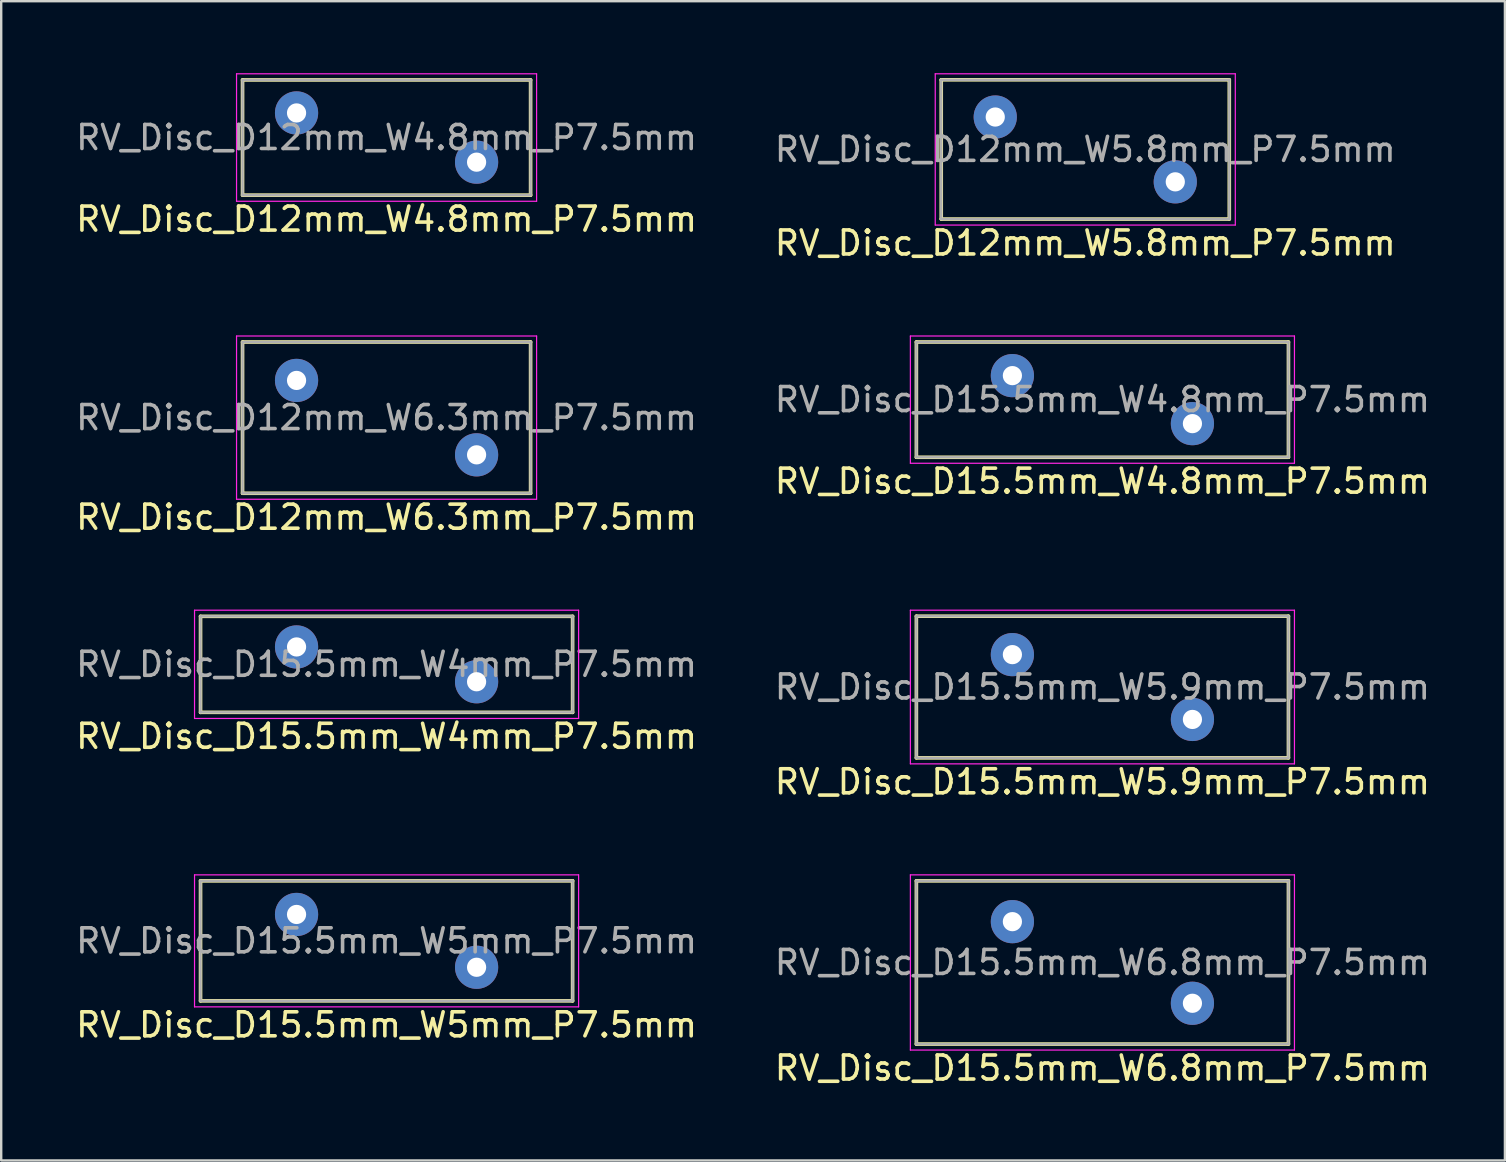
<source format=kicad_pcb>
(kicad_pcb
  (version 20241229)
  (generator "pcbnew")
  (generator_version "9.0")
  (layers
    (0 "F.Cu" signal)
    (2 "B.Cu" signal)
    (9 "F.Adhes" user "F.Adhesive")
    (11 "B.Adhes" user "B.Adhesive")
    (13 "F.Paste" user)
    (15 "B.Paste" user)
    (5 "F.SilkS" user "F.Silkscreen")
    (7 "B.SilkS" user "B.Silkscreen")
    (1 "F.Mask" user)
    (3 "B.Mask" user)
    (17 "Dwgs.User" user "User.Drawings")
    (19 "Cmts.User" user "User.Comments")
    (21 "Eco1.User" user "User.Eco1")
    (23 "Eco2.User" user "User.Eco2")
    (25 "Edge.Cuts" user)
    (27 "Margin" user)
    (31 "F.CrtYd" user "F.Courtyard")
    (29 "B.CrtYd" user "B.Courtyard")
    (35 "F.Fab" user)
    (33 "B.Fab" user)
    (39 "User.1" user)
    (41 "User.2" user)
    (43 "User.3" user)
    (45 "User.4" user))
  (footprint "RV_Disc_D15.5mm_W5.9mm_P7.5mm"
    (layer "F.Cu")
    (at 39.125 24.221)
    (property "Reference" "RV_Disc_D15.5mm_W5.9mm_P7.5mm" (at 3.75 5.3 0) (layer "F.SilkS") (effects (font (size 1 1) (thickness 0.15))))
    (attr through_hole)
    (fp_line (start -4 -1.6) (end -4 4.3) (stroke (width 0.15) (type solid)) (layer "F.SilkS"))
    (fp_line (start -4 -1.6) (end 11.5 -1.6) (stroke (width 0.15) (type solid)) (layer "F.SilkS"))
    (fp_line (start -4 4.3) (end 11.5 4.3) (stroke (width 0.15) (type solid)) (layer "F.SilkS"))
    (fp_line (start 11.5 -1.6) (end 11.5 4.3) (stroke (width 0.15) (type solid)) (layer "F.SilkS"))
    (fp_line (start -4.25 -1.85) (end -4.25 4.55) (stroke (width 0.05) (type solid)) (layer "F.CrtYd"))
    (fp_line (start -4.25 -1.85) (end 11.75 -1.85) (stroke (width 0.05) (type solid)) (layer "F.CrtYd"))
    (fp_line (start -4.25 4.55) (end 11.75 4.55) (stroke (width 0.05) (type solid)) (layer "F.CrtYd"))
    (fp_line (start 11.75 -1.85) (end 11.75 4.55) (stroke (width 0.05) (type solid)) (layer "F.CrtYd"))
    (fp_line (start -4 -1.6) (end -4 4.3) (stroke (width 0.1) (type solid)) (layer "F.Fab"))
    (fp_line (start -4 -1.6) (end 11.5 -1.6) (stroke (width 0.1) (type solid)) (layer "F.Fab"))
    (fp_line (start -4 4.3) (end 11.5 4.3) (stroke (width 0.1) (type solid)) (layer "F.Fab"))
    (fp_line (start 11.5 -1.6) (end 11.5 4.3) (stroke (width 0.1) (type solid)) (layer "F.Fab"))
    (fp_text user "${REFERENCE}" (at 3.75 1.35 0) (layer "F.Fab") (effects (font (size 1 1) (thickness 0.15))))
    (pad "1" thru_hole circle (at 0 0) (size 1.8 1.8) (drill 0.8) (layers "*.Cu" "*.Mask"))
    (pad "2" thru_hole circle (at 7.5 2.7) (size 1.8 1.8) (drill 0.8) (layers "*.Cu" "*.Mask")))
  (footprint "RV_Disc_D15.5mm_W5mm_P7.5mm"
    (layer "F.Cu")
    (at 9.304 35.045)
    (property "Reference" "RV_Disc_D15.5mm_W5mm_P7.5mm" (at 3.75 4.6 0) (layer "F.SilkS") (effects (font (size 1 1) (thickness 0.15))))
    (attr through_hole)
    (fp_line (start -4 -1.4) (end -4 3.6) (stroke (width 0.15) (type solid)) (layer "F.SilkS"))
    (fp_line (start -4 -1.4) (end 11.5 -1.4) (stroke (width 0.15) (type solid)) (layer "F.SilkS"))
    (fp_line (start -4 3.6) (end 11.5 3.6) (stroke (width 0.15) (type solid)) (layer "F.SilkS"))
    (fp_line (start 11.5 -1.4) (end 11.5 3.6) (stroke (width 0.15) (type solid)) (layer "F.SilkS"))
    (fp_line (start -4.25 -1.65) (end -4.25 3.85) (stroke (width 0.05) (type solid)) (layer "F.CrtYd"))
    (fp_line (start -4.25 -1.65) (end 11.75 -1.65) (stroke (width 0.05) (type solid)) (layer "F.CrtYd"))
    (fp_line (start -4.25 3.85) (end 11.75 3.85) (stroke (width 0.05) (type solid)) (layer "F.CrtYd"))
    (fp_line (start 11.75 -1.65) (end 11.75 3.85) (stroke (width 0.05) (type solid)) (layer "F.CrtYd"))
    (fp_line (start -4 -1.4) (end -4 3.6) (stroke (width 0.1) (type solid)) (layer "F.Fab"))
    (fp_line (start -4 -1.4) (end 11.5 -1.4) (stroke (width 0.1) (type solid)) (layer "F.Fab"))
    (fp_line (start -4 3.6) (end 11.5 3.6) (stroke (width 0.1) (type solid)) (layer "F.Fab"))
    (fp_line (start 11.5 -1.4) (end 11.5 3.6) (stroke (width 0.1) (type solid)) (layer "F.Fab"))
    (fp_text user "${REFERENCE}" (at 3.75 1.1 0) (layer "F.Fab") (effects (font (size 1 1) (thickness 0.15))))
    (pad "1" thru_hole circle (at 0 0) (size 1.8 1.8) (drill 0.8) (layers "*.Cu" "*.Mask"))
    (pad "2" thru_hole circle (at 7.5 2.2) (size 1.8 1.8) (drill 0.8) (layers "*.Cu" "*.Mask")))
  (footprint "RV_Disc_D12mm_W4.8mm_P7.5mm"
    (layer "F.Cu")
    (at 9.304 1.655)
    (property "Reference" "RV_Disc_D12mm_W4.8mm_P7.5mm" (at 3.75 4.425 0) (layer "F.SilkS") (effects (font (size 1 1) (thickness 0.15))))
    (attr through_hole)
    (fp_line (start -2.25 -1.375) (end -2.25 3.425) (stroke (width 0.15) (type solid)) (layer "F.SilkS"))
    (fp_line (start -2.25 -1.375) (end 9.75 -1.375) (stroke (width 0.15) (type solid)) (layer "F.SilkS"))
    (fp_line (start -2.25 3.425) (end 9.75 3.425) (stroke (width 0.15) (type solid)) (layer "F.SilkS"))
    (fp_line (start 9.75 -1.375) (end 9.75 3.425) (stroke (width 0.15) (type solid)) (layer "F.SilkS"))
    (fp_line (start -2.5 -1.63) (end -2.5 3.68) (stroke (width 0.05) (type solid)) (layer "F.CrtYd"))
    (fp_line (start -2.5 -1.63) (end 10 -1.63) (stroke (width 0.05) (type solid)) (layer "F.CrtYd"))
    (fp_line (start -2.5 3.68) (end 10 3.68) (stroke (width 0.05) (type solid)) (layer "F.CrtYd"))
    (fp_line (start 10 -1.63) (end 10 3.68) (stroke (width 0.05) (type solid)) (layer "F.CrtYd"))
    (fp_line (start -2.25 -1.375) (end -2.25 3.425) (stroke (width 0.1) (type solid)) (layer "F.Fab"))
    (fp_line (start -2.25 -1.375) (end 9.75 -1.375) (stroke (width 0.1) (type solid)) (layer "F.Fab"))
    (fp_line (start -2.25 3.425) (end 9.75 3.425) (stroke (width 0.1) (type solid)) (layer "F.Fab"))
    (fp_line (start 9.75 -1.375) (end 9.75 3.425) (stroke (width 0.1) (type solid)) (layer "F.Fab"))
    (fp_text user "${REFERENCE}" (at 3.75 1.025 0) (layer "F.Fab") (effects (font (size 1 1) (thickness 0.15))))
    (pad "1" thru_hole circle (at 0 0) (size 1.8 1.8) (drill 0.8) (layers "*.Cu" "*.Mask"))
    (pad "2" thru_hole circle (at 7.5 2.05) (size 1.8 1.8) (drill 0.8) (layers "*.Cu" "*.Mask")))
  (footprint "RV_Disc_D12mm_W6.3mm_P7.5mm"
    (layer "F.Cu")
    (at 9.304 12.798)
    (property "Reference" "RV_Disc_D12mm_W6.3mm_P7.5mm" (at 3.75 5.7 0) (layer "F.SilkS") (effects (font (size 1 1) (thickness 0.15))))
    (attr through_hole)
    (fp_line (start -2.25 -1.6) (end -2.25 4.7) (stroke (width 0.15) (type solid)) (layer "F.SilkS"))
    (fp_line (start -2.25 -1.6) (end 9.75 -1.6) (stroke (width 0.15) (type solid)) (layer "F.SilkS"))
    (fp_line (start -2.25 4.7) (end 9.75 4.7) (stroke (width 0.15) (type solid)) (layer "F.SilkS"))
    (fp_line (start 9.75 -1.6) (end 9.75 4.7) (stroke (width 0.15) (type solid)) (layer "F.SilkS"))
    (fp_line (start -2.5 -1.85) (end -2.5 4.95) (stroke (width 0.05) (type solid)) (layer "F.CrtYd"))
    (fp_line (start -2.5 -1.85) (end 10 -1.85) (stroke (width 0.05) (type solid)) (layer "F.CrtYd"))
    (fp_line (start -2.5 4.95) (end 10 4.95) (stroke (width 0.05) (type solid)) (layer "F.CrtYd"))
    (fp_line (start 10 -1.85) (end 10 4.95) (stroke (width 0.05) (type solid)) (layer "F.CrtYd"))
    (fp_line (start -2.25 -1.6) (end -2.25 4.7) (stroke (width 0.1) (type solid)) (layer "F.Fab"))
    (fp_line (start -2.25 -1.6) (end 9.75 -1.6) (stroke (width 0.1) (type solid)) (layer "F.Fab"))
    (fp_line (start -2.25 4.7) (end 9.75 4.7) (stroke (width 0.1) (type solid)) (layer "F.Fab"))
    (fp_line (start 9.75 -1.6) (end 9.75 4.7) (stroke (width 0.1) (type solid)) (layer "F.Fab"))
    (fp_text user "${REFERENCE}" (at 3.75 1.55 0) (layer "F.Fab") (effects (font (size 1 1) (thickness 0.15))))
    (pad "1" thru_hole circle (at 0 0) (size 1.8 1.8) (drill 0.8) (layers "*.Cu" "*.Mask"))
    (pad "2" thru_hole circle (at 7.5 3.1) (size 1.8 1.8) (drill 0.8) (layers "*.Cu" "*.Mask")))
  (footprint "RV_Disc_D12mm_W5.8mm_P7.5mm"
    (layer "F.Cu")
    (at 38.411 1.825)
    (property "Reference" "RV_Disc_D12mm_W5.8mm_P7.5mm" (at 3.75 5.25 0) (layer "F.SilkS") (effects (font (size 1 1) (thickness 0.15))))
    (attr through_hole)
    (fp_line (start -2.25 -1.55) (end -2.25 4.25) (stroke (width 0.15) (type solid)) (layer "F.SilkS"))
    (fp_line (start -2.25 -1.55) (end 9.75 -1.55) (stroke (width 0.15) (type solid)) (layer "F.SilkS"))
    (fp_line (start -2.25 4.25) (end 9.75 4.25) (stroke (width 0.15) (type solid)) (layer "F.SilkS"))
    (fp_line (start 9.75 -1.55) (end 9.75 4.25) (stroke (width 0.15) (type solid)) (layer "F.SilkS"))
    (fp_line (start -2.5 -1.8) (end -2.5 4.5) (stroke (width 0.05) (type solid)) (layer "F.CrtYd"))
    (fp_line (start -2.5 -1.8) (end 10 -1.8) (stroke (width 0.05) (type solid)) (layer "F.CrtYd"))
    (fp_line (start -2.5 4.5) (end 10 4.5) (stroke (width 0.05) (type solid)) (layer "F.CrtYd"))
    (fp_line (start 10 -1.8) (end 10 4.5) (stroke (width 0.05) (type solid)) (layer "F.CrtYd"))
    (fp_line (start -2.25 -1.55) (end -2.25 4.25) (stroke (width 0.1) (type solid)) (layer "F.Fab"))
    (fp_line (start -2.25 -1.55) (end 9.75 -1.55) (stroke (width 0.1) (type solid)) (layer "F.Fab"))
    (fp_line (start -2.25 4.25) (end 9.75 4.25) (stroke (width 0.1) (type solid)) (layer "F.Fab"))
    (fp_line (start 9.75 -1.55) (end 9.75 4.25) (stroke (width 0.1) (type solid)) (layer "F.Fab"))
    (fp_text user "${REFERENCE}" (at 3.75 1.35 0) (layer "F.Fab") (effects (font (size 1 1) (thickness 0.15))))
    (pad "1" thru_hole circle (at 0 0) (size 1.8 1.8) (drill 0.8) (layers "*.Cu" "*.Mask"))
    (pad "2" thru_hole circle (at 7.5 2.7) (size 1.8 1.8) (drill 0.8) (layers "*.Cu" "*.Mask")))
  (footprint "RV_Disc_D15.5mm_W4.8mm_P7.5mm"
    (layer "F.Cu")
    (at 39.125 12.598)
    (property "Reference" "RV_Disc_D15.5mm_W4.8mm_P7.5mm" (at 3.75 4.4 0) (layer "F.SilkS") (effects (font (size 1 1) (thickness 0.15))))
    (attr through_hole)
    (fp_line (start -4 -1.4) (end -4 3.4) (stroke (width 0.15) (type solid)) (layer "F.SilkS"))
    (fp_line (start -4 -1.4) (end 11.5 -1.4) (stroke (width 0.15) (type solid)) (layer "F.SilkS"))
    (fp_line (start -4 3.4) (end 11.5 3.4) (stroke (width 0.15) (type solid)) (layer "F.SilkS"))
    (fp_line (start 11.5 -1.4) (end 11.5 3.4) (stroke (width 0.15) (type solid)) (layer "F.SilkS"))
    (fp_line (start -4.25 -1.65) (end -4.25 3.65) (stroke (width 0.05) (type solid)) (layer "F.CrtYd"))
    (fp_line (start -4.25 -1.65) (end 11.75 -1.65) (stroke (width 0.05) (type solid)) (layer "F.CrtYd"))
    (fp_line (start -4.25 3.65) (end 11.75 3.65) (stroke (width 0.05) (type solid)) (layer "F.CrtYd"))
    (fp_line (start 11.75 -1.65) (end 11.75 3.65) (stroke (width 0.05) (type solid)) (layer "F.CrtYd"))
    (fp_line (start -4 -1.4) (end -4 3.4) (stroke (width 0.1) (type solid)) (layer "F.Fab"))
    (fp_line (start -4 -1.4) (end 11.5 -1.4) (stroke (width 0.1) (type solid)) (layer "F.Fab"))
    (fp_line (start -4 3.4) (end 11.5 3.4) (stroke (width 0.1) (type solid)) (layer "F.Fab"))
    (fp_line (start 11.5 -1.4) (end 11.5 3.4) (stroke (width 0.1) (type solid)) (layer "F.Fab"))
    (fp_text user "${REFERENCE}" (at 3.75 1 0) (layer "F.Fab") (effects (font (size 1 1) (thickness 0.15))))
    (pad "1" thru_hole circle (at 0 0) (size 1.8 1.8) (drill 0.8) (layers "*.Cu" "*.Mask"))
    (pad "2" thru_hole circle (at 7.5 2) (size 1.8 1.8) (drill 0.8) (layers "*.Cu" "*.Mask")))
  (footprint "RV_Disc_D15.5mm_W4mm_P7.5mm"
    (layer "F.Cu")
    (at 9.304 23.901)
    (property "Reference" "RV_Disc_D15.5mm_W4mm_P7.5mm" (at 3.75 3.725 0) (layer "F.SilkS") (effects (font (size 1 1) (thickness 0.15))))
    (attr through_hole)
    (fp_line (start -4 -1.275) (end -4 2.725) (stroke (width 0.15) (type solid)) (layer "F.SilkS"))
    (fp_line (start -4 -1.275) (end 11.5 -1.275) (stroke (width 0.15) (type solid)) (layer "F.SilkS"))
    (fp_line (start -4 2.725) (end 11.5 2.725) (stroke (width 0.15) (type solid)) (layer "F.SilkS"))
    (fp_line (start 11.5 -1.275) (end 11.5 2.725) (stroke (width 0.15) (type solid)) (layer "F.SilkS"))
    (fp_line (start -4.25 -1.53) (end -4.25 2.98) (stroke (width 0.05) (type solid)) (layer "F.CrtYd"))
    (fp_line (start -4.25 -1.53) (end 11.75 -1.53) (stroke (width 0.05) (type solid)) (layer "F.CrtYd"))
    (fp_line (start -4.25 2.98) (end 11.75 2.98) (stroke (width 0.05) (type solid)) (layer "F.CrtYd"))
    (fp_line (start 11.75 -1.53) (end 11.75 2.98) (stroke (width 0.05) (type solid)) (layer "F.CrtYd"))
    (fp_line (start -4 -1.275) (end -4 2.725) (stroke (width 0.1) (type solid)) (layer "F.Fab"))
    (fp_line (start -4 -1.275) (end 11.5 -1.275) (stroke (width 0.1) (type solid)) (layer "F.Fab"))
    (fp_line (start -4 2.725) (end 11.5 2.725) (stroke (width 0.1) (type solid)) (layer "F.Fab"))
    (fp_line (start 11.5 -1.275) (end 11.5 2.725) (stroke (width 0.1) (type solid)) (layer "F.Fab"))
    (fp_text user "${REFERENCE}" (at 3.75 0.725 0) (layer "F.Fab") (effects (font (size 1 1) (thickness 0.15))))
    (pad "1" thru_hole circle (at 0 0) (size 1.8 1.8) (drill 0.8) (layers "*.Cu" "*.Mask"))
    (pad "2" thru_hole circle (at 7.5 1.45) (size 1.8 1.8) (drill 0.8) (layers "*.Cu" "*.Mask")))
  (footprint "RV_Disc_D15.5mm_W6.8mm_P7.5mm"
    (layer "F.Cu")
    (at 39.125 35.345)
    (property "Reference" "RV_Disc_D15.5mm_W6.8mm_P7.5mm" (at 3.75 6.1 0) (layer "F.SilkS") (effects (font (size 1 1) (thickness 0.15))))
    (attr through_hole)
    (fp_line (start -4 -1.7) (end -4 5.1) (stroke (width 0.15) (type solid)) (layer "F.SilkS"))
    (fp_line (start -4 -1.7) (end 11.5 -1.7) (stroke (width 0.15) (type solid)) (layer "F.SilkS"))
    (fp_line (start -4 5.1) (end 11.5 5.1) (stroke (width 0.15) (type solid)) (layer "F.SilkS"))
    (fp_line (start 11.5 -1.7) (end 11.5 5.1) (stroke (width 0.15) (type solid)) (layer "F.SilkS"))
    (fp_line (start -4.25 -1.95) (end -4.25 5.35) (stroke (width 0.05) (type solid)) (layer "F.CrtYd"))
    (fp_line (start -4.25 -1.95) (end 11.75 -1.95) (stroke (width 0.05) (type solid)) (layer "F.CrtYd"))
    (fp_line (start -4.25 5.35) (end 11.75 5.35) (stroke (width 0.05) (type solid)) (layer "F.CrtYd"))
    (fp_line (start 11.75 -1.95) (end 11.75 5.35) (stroke (width 0.05) (type solid)) (layer "F.CrtYd"))
    (fp_line (start -4 -1.7) (end -4 5.1) (stroke (width 0.1) (type solid)) (layer "F.Fab"))
    (fp_line (start -4 -1.7) (end 11.5 -1.7) (stroke (width 0.1) (type solid)) (layer "F.Fab"))
    (fp_line (start -4 5.1) (end 11.5 5.1) (stroke (width 0.1) (type solid)) (layer "F.Fab"))
    (fp_line (start 11.5 -1.7) (end 11.5 5.1) (stroke (width 0.1) (type solid)) (layer "F.Fab"))
    (fp_text user "${REFERENCE}" (at 3.75 1.7 0) (layer "F.Fab") (effects (font (size 1 1) (thickness 0.15))))
    (pad "1" thru_hole circle (at 0 0) (size 1.8 1.8) (drill 0.8) (layers "*.Cu" "*.Mask"))
    (pad "2" thru_hole circle (at 7.5 3.4) (size 1.8 1.8) (drill 0.8) (layers "*.Cu" "*.Mask")))
  (gr_rect
    (start -3 -3)
    (end 59.643 45.293)
    (stroke (width 0.1) (type default))
    (fill no)
    (layer "Edge.Cuts")))
</source>
